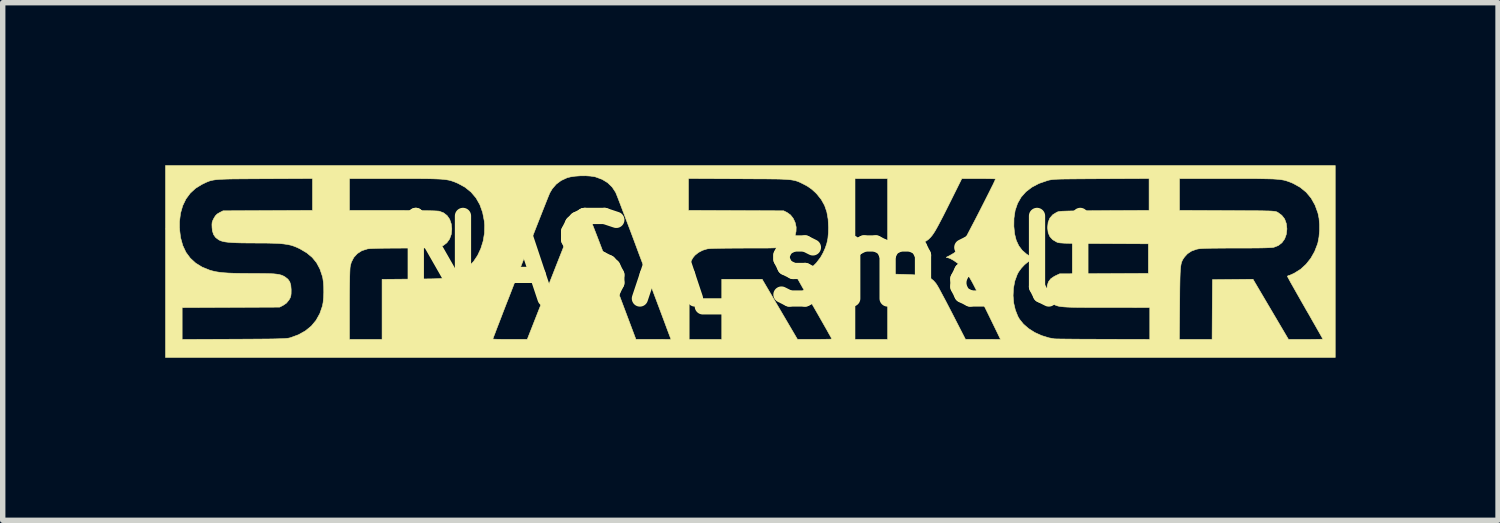
<source format=kicad_pcb>
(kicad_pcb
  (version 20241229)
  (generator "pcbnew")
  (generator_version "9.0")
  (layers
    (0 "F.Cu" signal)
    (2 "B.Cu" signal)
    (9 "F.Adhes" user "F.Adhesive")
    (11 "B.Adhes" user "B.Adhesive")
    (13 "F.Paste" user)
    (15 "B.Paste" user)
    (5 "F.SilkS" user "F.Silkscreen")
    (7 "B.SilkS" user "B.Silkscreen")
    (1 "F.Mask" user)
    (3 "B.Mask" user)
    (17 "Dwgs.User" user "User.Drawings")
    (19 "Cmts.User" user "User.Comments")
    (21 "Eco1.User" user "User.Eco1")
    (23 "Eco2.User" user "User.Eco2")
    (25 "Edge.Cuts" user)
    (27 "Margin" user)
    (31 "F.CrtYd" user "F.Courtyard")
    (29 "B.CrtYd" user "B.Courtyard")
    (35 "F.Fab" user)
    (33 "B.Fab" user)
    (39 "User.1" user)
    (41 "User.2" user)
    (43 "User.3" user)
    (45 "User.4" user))
  (footprint "NASA_small"
    (layer "F.Cu")
    (at 10.793 1.77)
    (property "Reference" "NASA_small" (at 0 0 0) (layer "F.SilkS") (effects (font (size 1.524 1.524) (thickness 0.3))))
    (attr through_hole)
    (fp_poly (pts (xy 10.802 1.778) (xy -10.788 1.778) (xy -10.788 -0.732) (xy -10.53 -0.732) (xy -10.53 -0.595) (xy -10.51 -0.433) (xy -10.47 -0.289) (xy -10.411 -0.163) (xy -10.331 -0.055) (xy -10.232 0.036) (xy -10.112 0.11) (xy -9.971 0.167) (xy -9.968 0.168) (xy -9.913 0.183) (xy -9.855 0.196) (xy -9.79 0.206) (xy -9.715 0.214) (xy -9.627 0.22) (xy -9.523 0.224) (xy -9.4 0.226) (xy -9.254 0.227) (xy -9.201 0.227) (xy -9.067 0.228) (xy -8.957 0.229) (xy -8.867 0.231) (xy -8.795 0.234) (xy -8.738 0.24) (xy -8.692 0.247) (xy -8.654 0.257) (xy -8.623 0.269) (xy -8.594 0.284) (xy -8.58 0.293) (xy -8.529 0.333) (xy -8.495 0.381) (xy -8.476 0.443) (xy -8.469 0.523) (xy -8.469 0.542) (xy -8.47 0.6) (xy -8.475 0.64) (xy -8.485 0.673) (xy -8.504 0.707) (xy -8.509 0.716) (xy -8.556 0.774) (xy -8.616 0.815) (xy -8.682 0.849) (xy -9.581 0.853) (xy -10.481 0.857) (xy -10.481 1.445) (xy -9.522 1.441) (xy -9.336 1.44) (xy -9.176 1.439) (xy -9.038 1.438) (xy -8.922 1.437) (xy -8.824 1.436) (xy -8.743 1.434) (xy -8.677 1.432) (xy -8.624 1.43) (xy -8.582 1.428) (xy -8.549 1.425) (xy -8.523 1.422) (xy -8.502 1.418) (xy -8.484 1.413) (xy -8.482 1.413) (xy -8.333 1.358) (xy -8.205 1.286) (xy -8.097 1.198) (xy -8.009 1.092) (xy -7.94 0.968) (xy -7.892 0.829) (xy -7.879 0.761) (xy -7.871 0.675) (xy -7.867 0.579) (xy -7.868 0.481) (xy -7.874 0.389) (xy -7.885 0.311) (xy -7.892 0.281) (xy -7.938 0.145) (xy -8 0.029) (xy -8.08 -0.069) (xy -8.181 -0.153) (xy -8.304 -0.226) (xy -8.308 -0.228) (xy -8.365 -0.255) (xy -8.42 -0.277) (xy -8.477 -0.295) (xy -8.539 -0.308) (xy -8.609 -0.318) (xy -8.691 -0.326) (xy -8.788 -0.33) (xy -8.904 -0.333) (xy -9.043 -0.334) (xy -9.091 -0.334) (xy -9.243 -0.335) (xy -9.371 -0.336) (xy -9.477 -0.339) (xy -9.564 -0.343) (xy -9.635 -0.349) (xy -9.691 -0.356) (xy -9.736 -0.366) (xy -9.772 -0.377) (xy -9.802 -0.392) (xy -9.806 -0.394) (xy -9.863 -0.437) (xy -9.901 -0.491) (xy -9.923 -0.561) (xy -9.929 -0.62) (xy -9.931 -0.674) (xy -9.928 -0.713) (xy -9.916 -0.749) (xy -9.897 -0.788) (xy -9.867 -0.837) (xy -9.834 -0.87) (xy -9.792 -0.895) (xy -9.726 -0.929) (xy -8.9 -0.933) (xy -8.075 -0.937) (xy -8.075 -1.524) (xy -7.393 -1.524) (xy -7.393 -0.936) (xy -6.598 -0.936) (xy -6.396 -0.936) (xy -6.221 -0.935) (xy -6.073 -0.933) (xy -5.951 -0.931) (xy -5.855 -0.929) (xy -5.786 -0.926) (xy -5.744 -0.923) (xy -5.734 -0.921) (xy -5.655 -0.891) (xy -5.591 -0.841) (xy -5.543 -0.772) (xy -5.514 -0.686) (xy -5.504 -0.594) (xy -5.514 -0.495) (xy -5.545 -0.409) (xy -5.595 -0.339) (xy -5.663 -0.287) (xy -5.746 -0.256) (xy -5.75 -0.255) (xy -5.781 -0.251) (xy -5.838 -0.248) (xy -5.919 -0.245) (xy -6.021 -0.243) (xy -6.144 -0.242) (xy -6.285 -0.241) (xy -6.402 -0.241) (xy -6.575 -0.24) (xy -6.723 -0.239) (xy -6.845 -0.237) (xy -6.942 -0.234) (xy -7.012 -0.231) (xy -7.056 -0.227) (xy -7.063 -0.225) (xy -7.164 -0.193) (xy -7.247 -0.14) (xy -7.313 -0.068) (xy -7.359 0.022) (xy -7.377 0.089) (xy -7.382 0.125) (xy -7.385 0.188) (xy -7.388 0.278) (xy -7.39 0.393) (xy -7.392 0.536) (xy -7.393 0.705) (xy -7.393 0.804) (xy -7.393 1.444) (xy -6.791 1.444) (xy -6.791 1.437) (xy -4.746 1.437) (xy -4.733 1.439) (xy -4.697 1.441) (xy -4.642 1.442) (xy -4.571 1.443) (xy -4.488 1.443) (xy -4.428 1.443) (xy -4.111 1.443) (xy -3.65 0.27) (xy -3.584 0.101) (xy -3.52 -0.061) (xy -3.459 -0.215) (xy -3.403 -0.358) (xy -3.351 -0.489) (xy -3.304 -0.606) (xy -3.264 -0.708) (xy -3.23 -0.792) (xy -3.204 -0.858) (xy -3.186 -0.902) (xy -3.177 -0.923) (xy -3.176 -0.925) (xy -3.15 -0.95) (xy -3.111 -0.97) (xy -3.08 -0.976) (xy -3.069 -0.975) (xy -3.058 -0.971) (xy -3.047 -0.963) (xy -3.035 -0.95) (xy -3.021 -0.929) (xy -3.004 -0.899) (xy -2.985 -0.86) (xy -2.962 -0.809) (xy -2.935 -0.745) (xy -2.904 -0.667) (xy -2.867 -0.573) (xy -2.824 -0.462) (xy -2.774 -0.332) (xy -2.717 -0.182) (xy -2.652 -0.011) (xy -2.579 0.184) (xy -2.547 0.27) (xy -2.106 1.443) (xy -1.458 1.444) (xy -1.492 1.354) (xy -1.502 1.328) (xy -1.52 1.28) (xy -1.546 1.21) (xy -1.579 1.121) (xy -1.619 1.014) (xy -1.665 0.891) (xy -1.716 0.755) (xy -1.772 0.606) (xy -1.831 0.448) (xy -1.893 0.28) (xy -1.958 0.107) (xy -1.988 0.027) (xy -2.054 -0.148) (xy -2.117 -0.318) (xy -2.177 -0.479) (xy -2.234 -0.63) (xy -2.287 -0.769) (xy -2.335 -0.896) (xy -2.351 -0.937) (xy -1.136 -0.937) (xy -0.257 -0.933) (xy 0.622 -0.929) (xy 0.684 -0.898) (xy 0.747 -0.853) (xy 0.797 -0.79) (xy 0.833 -0.713) (xy 0.852 -0.628) (xy 0.85 -0.55) (xy 0.834 -0.481) (xy 0.804 -0.412) (xy 0.766 -0.353) (xy 0.728 -0.313) (xy 0.706 -0.297) (xy 0.685 -0.284) (xy 0.661 -0.273) (xy 0.633 -0.264) (xy 0.598 -0.257) (xy 0.553 -0.251) (xy 0.496 -0.247) (xy 0.425 -0.244) (xy 0.338 -0.242) (xy 0.231 -0.241) (xy 0.103 -0.241) (xy -0.049 -0.241) (xy -0.08 -0.241) (xy -0.263 -0.24) (xy -0.419 -0.239) (xy -0.549 -0.237) (xy -0.652 -0.235) (xy -0.728 -0.232) (xy -0.778 -0.228) (xy -0.794 -0.225) (xy -0.875 -0.2) (xy -0.951 -0.16) (xy -1.014 -0.11) (xy -1.045 -0.074) (xy -1.062 -0.048) (xy -1.076 -0.023) (xy -1.088 0.004) (xy -1.097 0.036) (xy -1.105 0.076) (xy -1.111 0.124) (xy -1.116 0.185) (xy -1.119 0.259) (xy -1.121 0.351) (xy -1.122 0.461) (xy -1.123 0.592) (xy -1.123 0.748) (xy -1.123 0.792) (xy -1.123 1.444) (xy -0.521 1.444) (xy -0.521 0.334) (xy 0.224 0.334) (xy 0.55 0.888) (xy 0.876 1.443) (xy 1.193 1.443) (xy 1.282 1.443) (xy 1.361 1.442) (xy 1.427 1.441) (xy 1.476 1.44) (xy 1.505 1.438) (xy 1.511 1.436) (xy 1.504 1.424) (xy 1.486 1.39) (xy 1.456 1.338) (xy 1.418 1.269) (xy 1.371 1.187) (xy 1.317 1.092) (xy 1.258 0.988) (xy 1.194 0.877) (xy 1.191 0.871) (xy 1.126 0.759) (xy 1.066 0.654) (xy 1.011 0.558) (xy 0.963 0.473) (xy 0.923 0.402) (xy 0.892 0.347) (xy 0.871 0.31) (xy 0.863 0.294) (xy 0.863 0.294) (xy 0.866 0.278) (xy 0.89 0.263) (xy 0.92 0.251) (xy 1.026 0.2) (xy 1.129 0.127) (xy 1.223 0.035) (xy 1.303 -0.07) (xy 1.349 -0.152) (xy 1.39 -0.244) (xy 1.419 -0.331) (xy 1.438 -0.422) (xy 1.447 -0.524) (xy 1.449 -0.622) (xy 1.442 -0.774) (xy 1.418 -0.909) (xy 1.377 -1.028) (xy 1.316 -1.137) (xy 1.235 -1.238) (xy 1.21 -1.264) (xy 1.138 -1.329) (xy 1.065 -1.38) (xy 1.003 -1.414) (xy 0.965 -1.433) (xy 0.931 -1.45) (xy 0.9 -1.464) (xy 0.868 -1.476) (xy 0.835 -1.486) (xy 0.798 -1.494) (xy 0.755 -1.501) (xy 0.703 -1.506) (xy 0.641 -1.51) (xy 0.567 -1.514) (xy 0.478 -1.516) (xy 0.372 -1.517) (xy 0.248 -1.519) (xy 0.102 -1.519) (xy -0.067 -1.52) (xy -0.204 -1.521) (xy -0.91 -1.524) (xy 1.938 -1.524) (xy 1.938 1.444) (xy 2.54 1.444) (xy 2.54 0.237) (xy 2.837 0.244) (xy 2.97 0.249) (xy 3.08 0.256) (xy 3.169 0.267) (xy 3.241 0.282) (xy 3.3 0.302) (xy 3.348 0.328) (xy 3.389 0.362) (xy 3.426 0.404) (xy 3.44 0.423) (xy 3.456 0.448) (xy 3.483 0.494) (xy 3.518 0.559) (xy 3.56 0.638) (xy 3.609 0.729) (xy 3.661 0.829) (xy 3.716 0.935) (xy 3.731 0.964) (xy 3.977 1.443) (xy 4.624 1.444) (xy 4.473 1.133) (xy 4.392 0.967) (xy 4.321 0.823) (xy 4.26 0.699) (xy 4.229 0.636) (xy 4.856 0.636) (xy 4.867 0.772) (xy 4.897 0.901) (xy 4.944 1.019) (xy 4.973 1.07) (xy 5.047 1.162) (xy 5.143 1.245) (xy 5.256 1.317) (xy 5.383 1.374) (xy 5.519 1.416) (xy 5.621 1.434) (xy 5.642 1.435) (xy 5.686 1.436) (xy 5.752 1.437) (xy 5.839 1.438) (xy 5.942 1.439) (xy 6.06 1.44) (xy 6.191 1.441) (xy 6.332 1.441) (xy 6.48 1.442) (xy 6.52 1.442) (xy 7.379 1.444) (xy 7.925 1.444) (xy 8.529 1.444) (xy 8.532 0.892) (xy 8.536 0.341) (xy 9.284 0.334) (xy 9.939 1.444) (xy 10.257 1.444) (xy 10.346 1.444) (xy 10.425 1.443) (xy 10.491 1.442) (xy 10.54 1.441) (xy 10.569 1.44) (xy 10.574 1.439) (xy 10.568 1.427) (xy 10.549 1.394) (xy 10.52 1.342) (xy 10.481 1.274) (xy 10.434 1.191) (xy 10.38 1.097) (xy 10.321 0.992) (xy 10.256 0.881) (xy 10.247 0.864) (xy 10.182 0.751) (xy 10.122 0.645) (xy 10.067 0.548) (xy 10.019 0.463) (xy 9.978 0.391) (xy 9.948 0.335) (xy 9.928 0.298) (xy 9.919 0.281) (xy 9.919 0.281) (xy 9.93 0.269) (xy 9.938 0.267) (xy 9.958 0.262) (xy 9.994 0.247) (xy 10.041 0.225) (xy 10.054 0.218) (xy 10.164 0.149) (xy 10.264 0.057) (xy 10.351 -0.053) (xy 10.422 -0.178) (xy 10.475 -0.315) (xy 10.483 -0.344) (xy 10.502 -0.445) (xy 10.512 -0.559) (xy 10.512 -0.677) (xy 10.503 -0.789) (xy 10.483 -0.886) (xy 10.483 -0.887) (xy 10.429 -1.035) (xy 10.357 -1.163) (xy 10.266 -1.272) (xy 10.156 -1.362) (xy 10.027 -1.434) (xy 9.992 -1.449) (xy 9.956 -1.463) (xy 9.923 -1.475) (xy 9.889 -1.486) (xy 9.854 -1.495) (xy 9.814 -1.502) (xy 9.768 -1.508) (xy 9.713 -1.513) (xy 9.647 -1.517) (xy 9.569 -1.519) (xy 9.475 -1.521) (xy 9.365 -1.523) (xy 9.235 -1.523) (xy 9.084 -1.524) (xy 8.909 -1.524) (xy 8.817 -1.524) (xy 7.927 -1.524) (xy 7.927 -0.937) (xy 8.806 -0.933) (xy 8.981 -0.932) (xy 9.131 -0.931) (xy 9.259 -0.931) (xy 9.365 -0.93) (xy 9.453 -0.929) (xy 9.525 -0.927) (xy 9.581 -0.926) (xy 9.626 -0.924) (xy 9.659 -0.921) (xy 9.685 -0.918) (xy 9.703 -0.915) (xy 9.717 -0.911) (xy 9.729 -0.906) (xy 9.74 -0.9) (xy 9.741 -0.9) (xy 9.815 -0.846) (xy 9.868 -0.778) (xy 9.899 -0.693) (xy 9.91 -0.595) (xy 9.899 -0.496) (xy 9.868 -0.41) (xy 9.818 -0.34) (xy 9.751 -0.288) (xy 9.669 -0.256) (xy 9.664 -0.255) (xy 9.633 -0.251) (xy 9.576 -0.248) (xy 9.495 -0.245) (xy 9.391 -0.243) (xy 9.266 -0.242) (xy 9.12 -0.241) (xy 8.961 -0.241) (xy 8.809 -0.241) (xy 8.681 -0.24) (xy 8.575 -0.239) (xy 8.488 -0.238) (xy 8.418 -0.236) (xy 8.363 -0.234) (xy 8.319 -0.231) (xy 8.286 -0.228) (xy 8.259 -0.223) (xy 8.244 -0.22) (xy 8.149 -0.186) (xy 8.075 -0.137) (xy 8.021 -0.078) (xy 8.003 -0.052) (xy 7.987 -0.028) (xy 7.975 -0.003) (xy 7.964 0.025) (xy 7.956 0.059) (xy 7.949 0.102) (xy 7.944 0.155) (xy 7.94 0.221) (xy 7.937 0.302) (xy 7.935 0.401) (xy 7.933 0.521) (xy 7.932 0.663) (xy 7.931 0.779) (xy 7.925 1.444) (xy 7.379 1.444) (xy 7.379 0.856) (xy 6.587 0.855) (xy 6.411 0.855) (xy 6.258 0.855) (xy 6.129 0.854) (xy 6.02 0.853) (xy 5.929 0.851) (xy 5.854 0.848) (xy 5.793 0.844) (xy 5.744 0.839) (xy 5.704 0.833) (xy 5.672 0.825) (xy 5.646 0.816) (xy 5.623 0.805) (xy 5.601 0.792) (xy 5.59 0.785) (xy 5.534 0.733) (xy 5.498 0.663) (xy 5.481 0.576) (xy 5.479 0.537) (xy 5.486 0.45) (xy 5.509 0.381) (xy 5.551 0.326) (xy 5.615 0.282) (xy 5.649 0.265) (xy 5.715 0.234) (xy 7.353 0.226) (xy 7.353 -0.32) (xy 6.534 -0.324) (xy 6.364 -0.325) (xy 6.22 -0.325) (xy 6.097 -0.326) (xy 5.996 -0.327) (xy 5.912 -0.329) (xy 5.845 -0.33) (xy 5.792 -0.332) (xy 5.751 -0.335) (xy 5.72 -0.337) (xy 5.697 -0.341) (xy 5.68 -0.345) (xy 5.667 -0.349) (xy 5.662 -0.352) (xy 5.587 -0.396) (xy 5.535 -0.453) (xy 5.504 -0.524) (xy 5.493 -0.613) (xy 5.493 -0.624) (xy 5.503 -0.718) (xy 5.535 -0.795) (xy 5.589 -0.857) (xy 5.664 -0.903) (xy 5.682 -0.91) (xy 5.696 -0.914) (xy 5.721 -0.918) (xy 5.756 -0.921) (xy 5.805 -0.923) (xy 5.869 -0.925) (xy 5.949 -0.927) (xy 6.048 -0.929) (xy 6.168 -0.93) (xy 6.31 -0.931) (xy 6.476 -0.932) (xy 6.547 -0.933) (xy 7.366 -0.937) (xy 7.366 -1.525) (xy 6.48 -1.521) (xy 6.305 -1.52) (xy 6.153 -1.519) (xy 6.025 -1.518) (xy 5.916 -1.517) (xy 5.826 -1.516) (xy 5.752 -1.515) (xy 5.692 -1.513) (xy 5.644 -1.511) (xy 5.605 -1.508) (xy 5.574 -1.505) (xy 5.549 -1.501) (xy 5.526 -1.497) (xy 5.505 -1.492) (xy 5.488 -1.487) (xy 5.334 -1.434) (xy 5.203 -1.365) (xy 5.093 -1.281) (xy 5.005 -1.182) (xy 4.939 -1.067) (xy 4.894 -0.937) (xy 4.872 -0.791) (xy 4.87 -0.643) (xy 4.884 -0.503) (xy 4.914 -0.384) (xy 4.961 -0.283) (xy 5.025 -0.198) (xy 5.108 -0.127) (xy 5.172 -0.089) (xy 5.255 -0.044) (xy 5.193 -0.021) (xy 5.132 0.013) (xy 5.068 0.065) (xy 5.008 0.129) (xy 4.957 0.199) (xy 4.933 0.244) (xy 4.888 0.366) (xy 4.863 0.499) (xy 4.856 0.636) (xy 4.229 0.636) (xy 4.208 0.593) (xy 4.162 0.504) (xy 4.123 0.428) (xy 4.089 0.365) (xy 4.058 0.312) (xy 4.031 0.267) (xy 4.005 0.229) (xy 3.981 0.194) (xy 3.956 0.162) (xy 3.939 0.141) (xy 3.886 0.086) (xy 3.825 0.033) (xy 3.761 -0.012) (xy 3.702 -0.045) (xy 3.675 -0.056) (xy 3.622 -0.071) (xy 3.681 -0.1) (xy 3.765 -0.149) (xy 3.836 -0.21) (xy 3.9 -0.286) (xy 3.914 -0.308) (xy 3.938 -0.351) (xy 3.97 -0.411) (xy 4.01 -0.485) (xy 4.055 -0.571) (xy 4.105 -0.667) (xy 4.158 -0.768) (xy 4.212 -0.873) (xy 4.266 -0.979) (xy 4.319 -1.083) (xy 4.369 -1.182) (xy 4.415 -1.273) (xy 4.455 -1.354) (xy 4.489 -1.421) (xy 4.513 -1.473) (xy 4.528 -1.506) (xy 4.532 -1.517) (xy 4.519 -1.519) (xy 4.483 -1.521) (xy 4.428 -1.522) (xy 4.358 -1.523) (xy 4.275 -1.524) (xy 4.221 -1.524) (xy 3.91 -1.524) (xy 3.699 -1.1) (xy 3.63 -0.962) (xy 3.571 -0.845) (xy 3.521 -0.749) (xy 3.479 -0.669) (xy 3.444 -0.605) (xy 3.414 -0.553) (xy 3.387 -0.511) (xy 3.364 -0.478) (xy 3.341 -0.45) (xy 3.331 -0.438) (xy 3.293 -0.401) (xy 3.251 -0.371) (xy 3.203 -0.348) (xy 3.143 -0.331) (xy 3.07 -0.319) (xy 2.98 -0.312) (xy 2.869 -0.309) (xy 2.771 -0.308) (xy 2.54 -0.307) (xy 2.54 -1.524) (xy 1.938 -1.524) (xy -0.91 -1.524) (xy -1.136 -1.525) (xy -1.136 -0.937) (xy -2.351 -0.937) (xy -2.377 -1.007) (xy -2.413 -1.101) (xy -2.442 -1.176) (xy -2.464 -1.231) (xy -2.477 -1.263) (xy -2.48 -1.27) (xy -2.544 -1.367) (xy -2.628 -1.448) (xy -2.73 -1.51) (xy -2.85 -1.554) (xy -2.869 -1.559) (xy -2.945 -1.57) (xy -3.036 -1.576) (xy -3.133 -1.575) (xy -3.229 -1.568) (xy -3.314 -1.555) (xy -3.376 -1.539) (xy -3.486 -1.488) (xy -3.576 -1.421) (xy -3.65 -1.335) (xy -3.695 -1.259) (xy -3.703 -1.24) (xy -3.72 -1.199) (xy -3.745 -1.137) (xy -3.777 -1.056) (xy -3.816 -0.958) (xy -3.86 -0.846) (xy -3.909 -0.722) (xy -3.962 -0.587) (xy -4.018 -0.443) (xy -4.077 -0.292) (xy -4.138 -0.136) (xy -4.2 0.022) (xy -4.262 0.181) (xy -4.323 0.339) (xy -4.383 0.494) (xy -4.441 0.644) (xy -4.497 0.786) (xy -4.549 0.92) (xy -4.596 1.043) (xy -4.638 1.152) (xy -4.675 1.247) (xy -4.704 1.325) (xy -4.727 1.384) (xy -4.741 1.422) (xy -4.746 1.437) (xy -4.746 1.437) (xy -6.791 1.437) (xy -6.791 0.336) (xy -6.233 0.331) (xy -6.095 0.33) (xy -5.981 0.328) (xy -5.887 0.327) (xy -5.812 0.325) (xy -5.752 0.322) (xy -5.704 0.32) (xy -5.666 0.316) (xy -5.635 0.311) (xy -5.607 0.306) (xy -5.579 0.299) (xy -5.569 0.296) (xy -5.462 0.259) (xy -5.352 0.206) (xy -5.251 0.144) (xy -5.191 0.099) (xy -5.102 0.006) (xy -5.027 -0.106) (xy -4.968 -0.233) (xy -4.925 -0.371) (xy -4.901 -0.516) (xy -4.898 -0.663) (xy -4.904 -0.739) (xy -4.935 -0.899) (xy -4.986 -1.042) (xy -5.057 -1.167) (xy -5.148 -1.274) (xy -5.259 -1.364) (xy -5.391 -1.436) (xy -5.422 -1.449) (xy -5.458 -1.464) (xy -5.492 -1.476) (xy -5.527 -1.487) (xy -5.564 -1.496) (xy -5.605 -1.503) (xy -5.653 -1.509) (xy -5.71 -1.514) (xy -5.778 -1.517) (xy -5.86 -1.52) (xy -5.958 -1.522) (xy -6.073 -1.523) (xy -6.208 -1.524) (xy -6.366 -1.524) (xy -6.548 -1.524) (xy -7.393 -1.524) (xy -8.075 -1.524) (xy -8.075 -1.525) (xy -8.96 -1.521) (xy -9.142 -1.52) (xy -9.299 -1.519) (xy -9.434 -1.518) (xy -9.549 -1.517) (xy -9.646 -1.515) (xy -9.726 -1.512) (xy -9.794 -1.509) (xy -9.85 -1.504) (xy -9.896 -1.498) (xy -9.936 -1.49) (xy -9.971 -1.481) (xy -10.003 -1.469) (xy -10.035 -1.456) (xy -10.068 -1.44) (xy -10.105 -1.422) (xy -10.116 -1.417) (xy -10.233 -1.345) (xy -10.331 -1.255) (xy -10.411 -1.147) (xy -10.471 -1.023) (xy -10.511 -0.884) (xy -10.53 -0.732) (xy -10.788 -0.732) (xy -10.788 -1.765) (xy 10.802 -1.765) (xy 10.802 1.778)) (stroke (width 0.01) (type solid)) (fill yes) (layer "F.SilkS")))
  (gr_rect
    (start -3 -3)
    (end 24.6 6.553)
    (stroke (width 0.1) (type default))
    (fill no)
    (layer "Edge.Cuts")))
</source>
